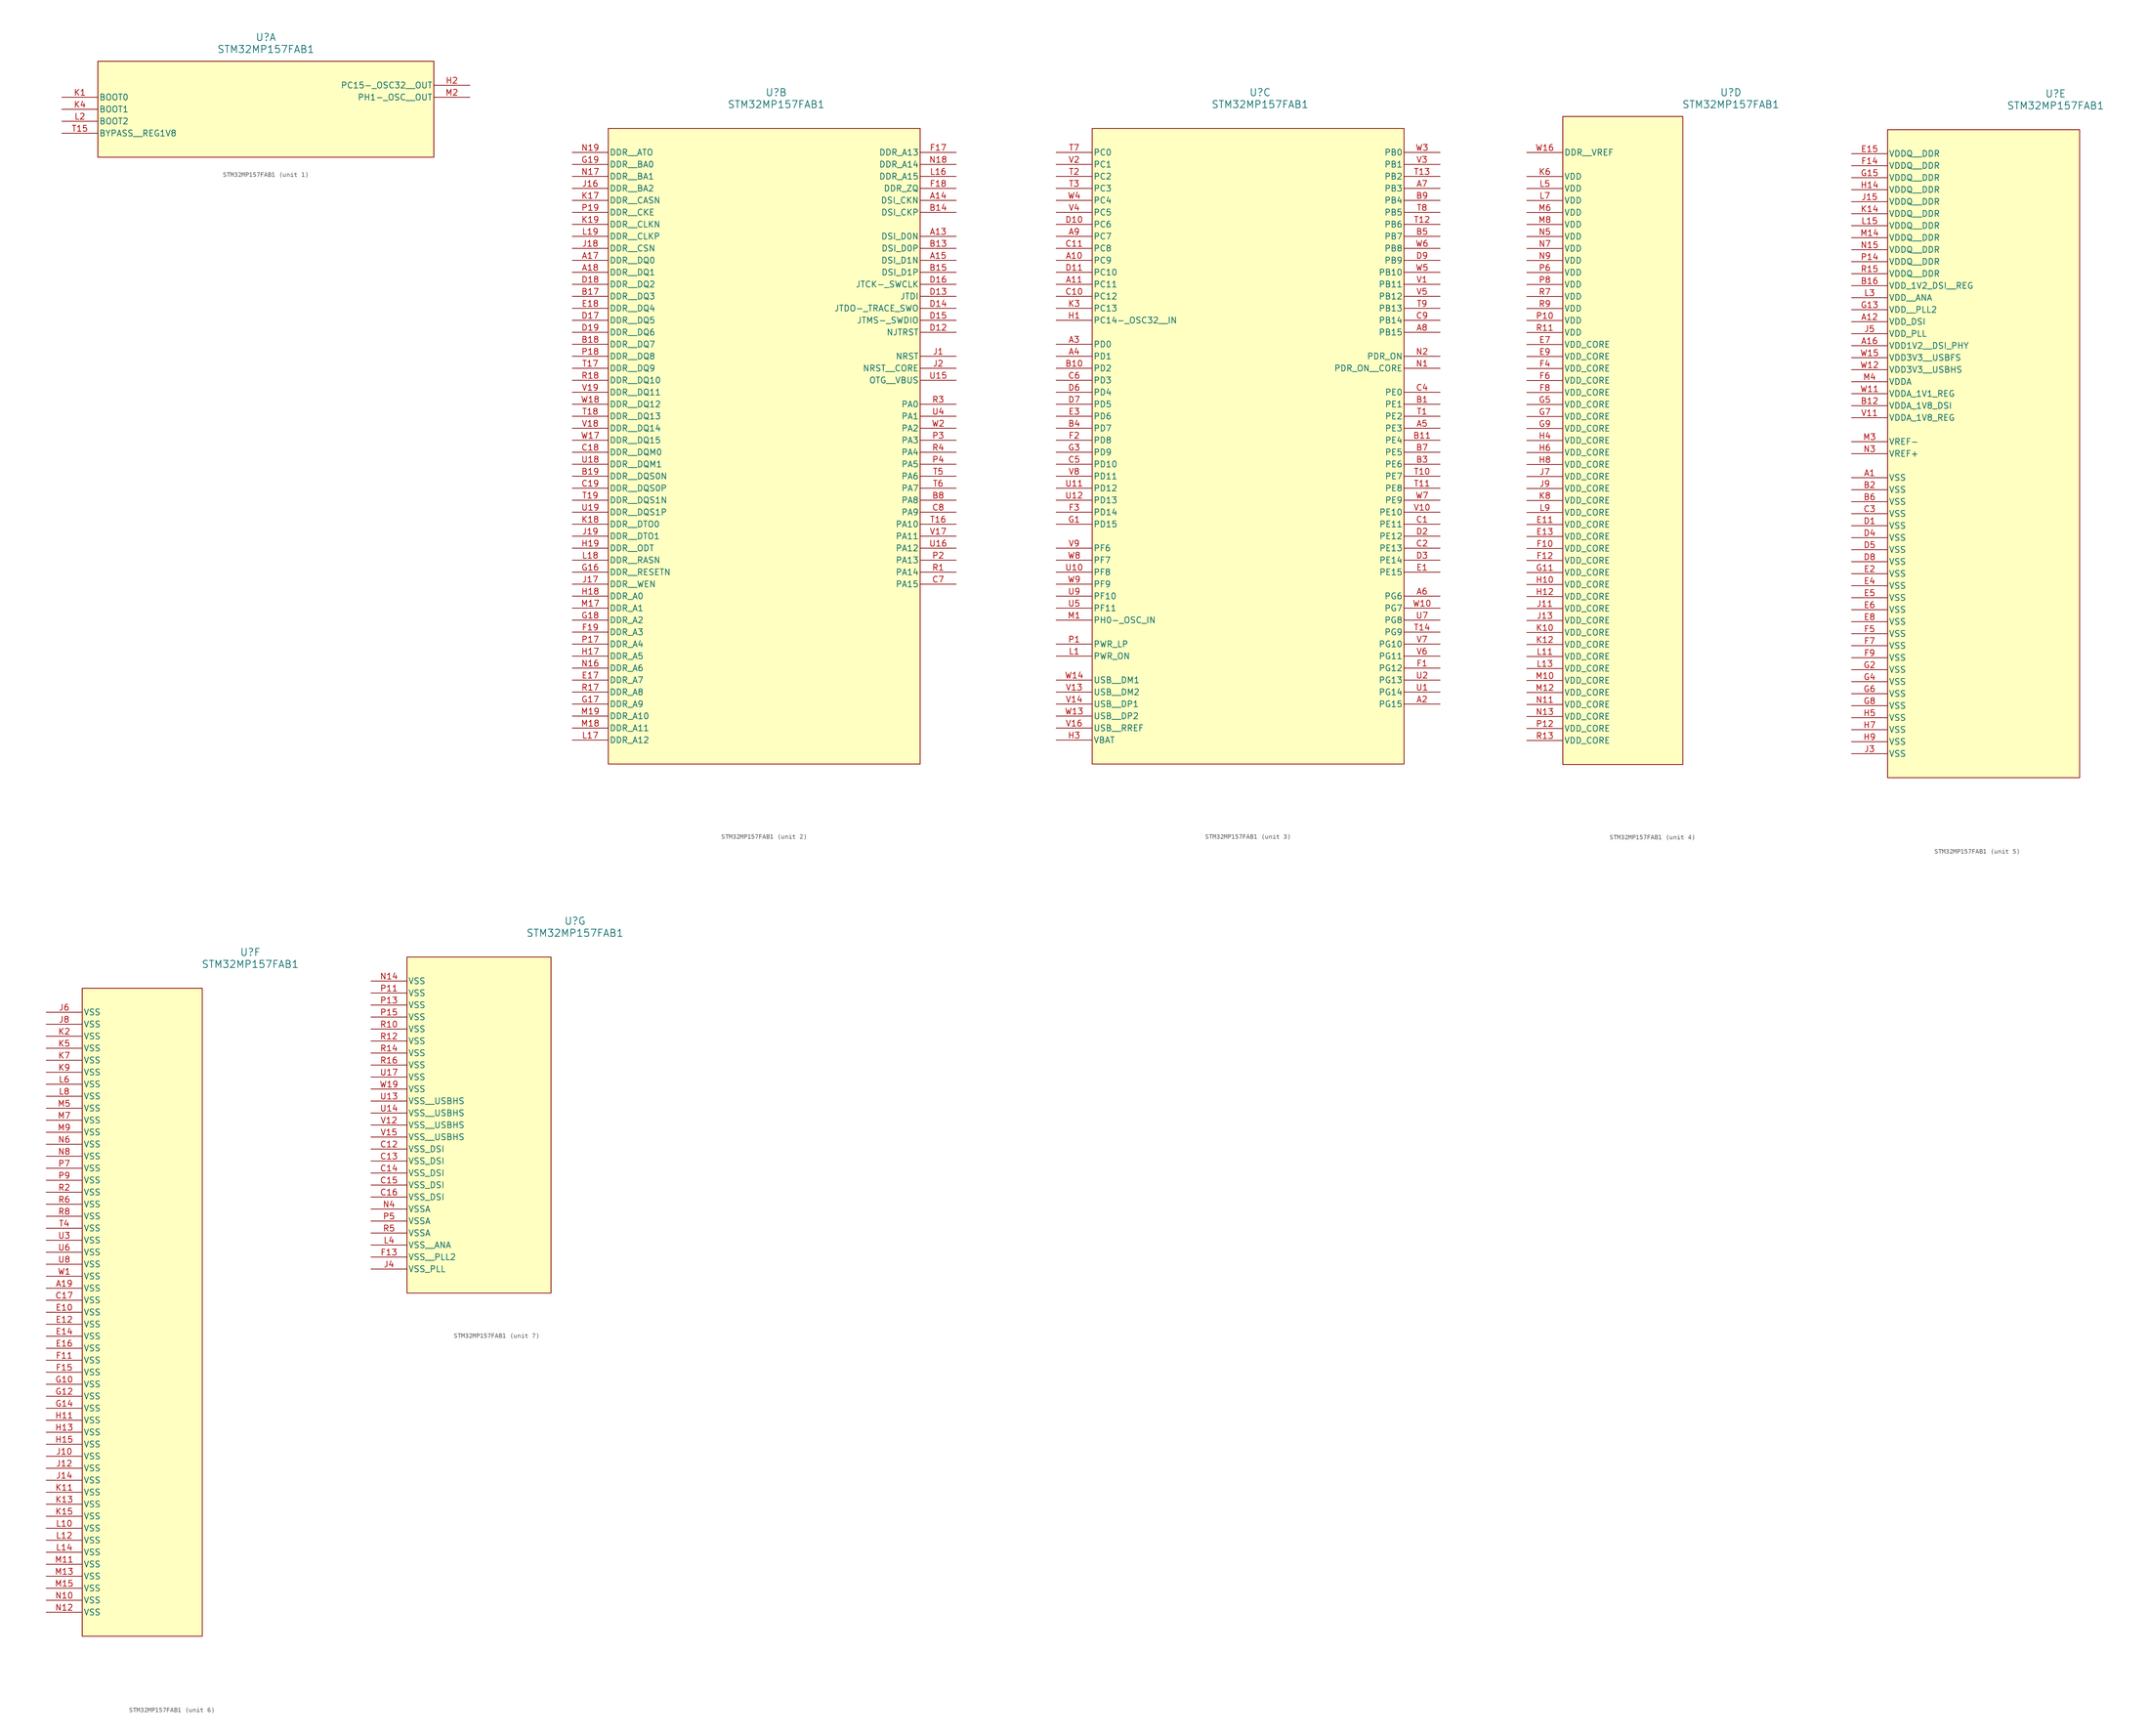
<source format=kicad_sym>
(kicad_symbol_lib
  (version 20211014)
  (generator kicad_symbol_editor)
  (symbol "STM32MP157FAB1"
    (pin_names
      (offset 0.254))
    (property "Reference" "U"
      (at 43.18 12.7 0)
      (effects (font (size 1.524 1.524))))
    (property "Value" "STM32MP157FAB1"
      (at 43.18 10.16 0)
      (effects (font (size 1.524 1.524))))
    (property "ki_locked" ""
      (at 0 0 0)
      (effects (font (size 1.27 1.27))))
    (symbol "STM32MP157FAB1_1_1"
      (polyline (pts (xy 7.62 -12.7) (xy 78.74 -12.7)) (stroke (width 0.127) (type default) (color 0 0 0 0)) (fill (type none)))
      (polyline (pts (xy 7.62 7.62) (xy 7.62 -12.7)) (stroke (width 0.127) (type default) (color 0 0 0 0)) (fill (type none)))
      (polyline (pts (xy 78.74 -12.7) (xy 78.74 7.62)) (stroke (width 0.127) (type default) (color 0 0 0 0)) (fill (type none)))
      (polyline (pts (xy 78.74 7.62) (xy 7.62 7.62)) (stroke (width 0.127) (type default) (color 0 0 0 0)) (fill (type none)))
      (rectangle (start 7.62 7.62) (end 78.74 -12.7) (stroke (width 0) (type default) (color 0 0 0 0)) (fill (type background)))
      (pin output line (at 86.36 2.54 180) (length 7.62) (name "PC15-_OSC32__OUT" (effects (font (size 1.27 1.27)))) (number "H2" (effects (font (size 1.27 1.27)))))
      (pin bidirectional line (at 0 0 0) (length 7.62) (name "BOOT0" (effects (font (size 1.27 1.27)))) (number "K1" (effects (font (size 1.27 1.27)))))
      (pin bidirectional line (at 0 -2.54 0) (length 7.62) (name "BOOT1" (effects (font (size 1.27 1.27)))) (number "K4" (effects (font (size 1.27 1.27)))))
      (pin bidirectional line (at 0 -5.08 0) (length 7.62) (name "BOOT2" (effects (font (size 1.27 1.27)))) (number "L2" (effects (font (size 1.27 1.27)))))
      (pin output line (at 86.36 0 180) (length 7.62) (name "PH1-_OSC__OUT" (effects (font (size 1.27 1.27)))) (number "M2" (effects (font (size 1.27 1.27)))))
      (pin unspecified line (at 0 -7.62 0) (length 7.62) (name "BYPASS__REG1V8" (effects (font (size 1.27 1.27)))) (number "T15" (effects (font (size 1.27 1.27))))))
    (symbol "STM32MP157FAB1_2_1"
      (polyline (pts (xy 7.62 -129.54) (xy 73.66 -129.54)) (stroke (width 0.127) (type default) (color 0 0 0 0)) (fill (type none)))
      (polyline (pts (xy 7.62 5.08) (xy 7.62 -129.54)) (stroke (width 0.127) (type default) (color 0 0 0 0)) (fill (type none)))
      (polyline (pts (xy 73.66 -129.54) (xy 73.66 5.08)) (stroke (width 0.127) (type default) (color 0 0 0 0)) (fill (type none)))
      (polyline (pts (xy 73.66 5.08) (xy 7.62 5.08)) (stroke (width 0.127) (type default) (color 0 0 0 0)) (fill (type none)))
      (rectangle (start 7.62 5.08) (end 73.66 -129.54) (stroke (width 0) (type default) (color 0 0 0 0)) (fill (type background)))
      (pin bidirectional line (at 81.28 -17.78 180) (length 7.62) (name "DSI_D0N" (effects (font (size 1.27 1.27)))) (number "A13" (effects (font (size 1.27 1.27)))))
      (pin unspecified line (at 81.28 -10.16 180) (length 7.62) (name "DSI_CKN" (effects (font (size 1.27 1.27)))) (number "A14" (effects (font (size 1.27 1.27)))))
      (pin bidirectional line (at 81.28 -22.86 180) (length 7.62) (name "DSI_D1N" (effects (font (size 1.27 1.27)))) (number "A15" (effects (font (size 1.27 1.27)))))
      (pin bidirectional line (at 0 -22.86 0) (length 7.62) (name "DDR__DQ0" (effects (font (size 1.27 1.27)))) (number "A17" (effects (font (size 1.27 1.27)))))
      (pin bidirectional line (at 0 -25.4 0) (length 7.62) (name "DDR__DQ1" (effects (font (size 1.27 1.27)))) (number "A18" (effects (font (size 1.27 1.27)))))
      (pin bidirectional line (at 81.28 -20.32 180) (length 7.62) (name "DSI_D0P" (effects (font (size 1.27 1.27)))) (number "B13" (effects (font (size 1.27 1.27)))))
      (pin unspecified line (at 81.28 -12.7 180) (length 7.62) (name "DSI_CKP" (effects (font (size 1.27 1.27)))) (number "B14" (effects (font (size 1.27 1.27)))))
      (pin bidirectional line (at 81.28 -25.4 180) (length 7.62) (name "DSI_D1P" (effects (font (size 1.27 1.27)))) (number "B15" (effects (font (size 1.27 1.27)))))
      (pin bidirectional line (at 0 -30.48 0) (length 7.62) (name "DDR__DQ3" (effects (font (size 1.27 1.27)))) (number "B17" (effects (font (size 1.27 1.27)))))
      (pin bidirectional line (at 0 -40.64 0) (length 7.62) (name "DDR__DQ7" (effects (font (size 1.27 1.27)))) (number "B18" (effects (font (size 1.27 1.27)))))
      (pin bidirectional line (at 0 -68.58 0) (length 7.62) (name "DDR__DQS0N" (effects (font (size 1.27 1.27)))) (number "B19" (effects (font (size 1.27 1.27)))))
      (pin bidirectional line (at 81.28 -73.66 180) (length 7.62) (name "PA8" (effects (font (size 1.27 1.27)))) (number "B8" (effects (font (size 1.27 1.27)))))
      (pin bidirectional line (at 0 -63.5 0) (length 7.62) (name "DDR__DQM0" (effects (font (size 1.27 1.27)))) (number "C18" (effects (font (size 1.27 1.27)))))
      (pin bidirectional line (at 0 -71.12 0) (length 7.62) (name "DDR__DQS0P" (effects (font (size 1.27 1.27)))) (number "C19" (effects (font (size 1.27 1.27)))))
      (pin bidirectional line (at 81.28 -91.44 180) (length 7.62) (name "PA15" (effects (font (size 1.27 1.27)))) (number "C7" (effects (font (size 1.27 1.27)))))
      (pin bidirectional line (at 81.28 -76.2 180) (length 7.62) (name "PA9" (effects (font (size 1.27 1.27)))) (number "C8" (effects (font (size 1.27 1.27)))))
      (pin unspecified line (at 81.28 -38.1 180) (length 7.62) (name "NJTRST" (effects (font (size 1.27 1.27)))) (number "D12" (effects (font (size 1.27 1.27)))))
      (pin unspecified line (at 81.28 -30.48 180) (length 7.62) (name "JTDI" (effects (font (size 1.27 1.27)))) (number "D13" (effects (font (size 1.27 1.27)))))
      (pin unspecified line (at 81.28 -33.02 180) (length 7.62) (name "JTDO-_TRACE_SWO" (effects (font (size 1.27 1.27)))) (number "D14" (effects (font (size 1.27 1.27)))))
      (pin unspecified line (at 81.28 -35.56 180) (length 7.62) (name "JTMS-_SWDIO" (effects (font (size 1.27 1.27)))) (number "D15" (effects (font (size 1.27 1.27)))))
      (pin unspecified line (at 81.28 -27.94 180) (length 7.62) (name "JTCK-_SWCLK" (effects (font (size 1.27 1.27)))) (number "D16" (effects (font (size 1.27 1.27)))))
      (pin bidirectional line (at 0 -35.56 0) (length 7.62) (name "DDR__DQ5" (effects (font (size 1.27 1.27)))) (number "D17" (effects (font (size 1.27 1.27)))))
      (pin bidirectional line (at 0 -27.94 0) (length 7.62) (name "DDR__DQ2" (effects (font (size 1.27 1.27)))) (number "D18" (effects (font (size 1.27 1.27)))))
      (pin bidirectional line (at 0 -38.1 0) (length 7.62) (name "DDR__DQ6" (effects (font (size 1.27 1.27)))) (number "D19" (effects (font (size 1.27 1.27)))))
      (pin bidirectional line (at 0 -111.76 0) (length 7.62) (name "DDR_A7" (effects (font (size 1.27 1.27)))) (number "E17" (effects (font (size 1.27 1.27)))))
      (pin bidirectional line (at 0 -33.02 0) (length 7.62) (name "DDR__DQ4" (effects (font (size 1.27 1.27)))) (number "E18" (effects (font (size 1.27 1.27)))))
      (pin bidirectional line (at 81.28 0 180) (length 7.62) (name "DDR_A13" (effects (font (size 1.27 1.27)))) (number "F17" (effects (font (size 1.27 1.27)))))
      (pin unspecified line (at 81.28 -7.62 180) (length 7.62) (name "DDR_ZQ" (effects (font (size 1.27 1.27)))) (number "F18" (effects (font (size 1.27 1.27)))))
      (pin bidirectional line (at 0 -101.6 0) (length 7.62) (name "DDR_A3" (effects (font (size 1.27 1.27)))) (number "F19" (effects (font (size 1.27 1.27)))))
      (pin unspecified line (at 0 -88.9 0) (length 7.62) (name "DDR__RESETN" (effects (font (size 1.27 1.27)))) (number "G16" (effects (font (size 1.27 1.27)))))
      (pin bidirectional line (at 0 -116.84 0) (length 7.62) (name "DDR_A9" (effects (font (size 1.27 1.27)))) (number "G17" (effects (font (size 1.27 1.27)))))
      (pin bidirectional line (at 0 -99.06 0) (length 7.62) (name "DDR_A2" (effects (font (size 1.27 1.27)))) (number "G18" (effects (font (size 1.27 1.27)))))
      (pin bidirectional line (at 0 -2.54 0) (length 7.62) (name "DDR__BA0" (effects (font (size 1.27 1.27)))) (number "G19" (effects (font (size 1.27 1.27)))))
      (pin bidirectional line (at 0 -106.68 0) (length 7.62) (name "DDR_A5" (effects (font (size 1.27 1.27)))) (number "H17" (effects (font (size 1.27 1.27)))))
      (pin bidirectional line (at 0 -93.98 0) (length 7.62) (name "DDR_A0" (effects (font (size 1.27 1.27)))) (number "H18" (effects (font (size 1.27 1.27)))))
      (pin unspecified line (at 0 -83.82 0) (length 7.62) (name "DDR__ODT" (effects (font (size 1.27 1.27)))) (number "H19" (effects (font (size 1.27 1.27)))))
      (pin unspecified line (at 81.28 -43.18 180) (length 7.62) (name "NRST" (effects (font (size 1.27 1.27)))) (number "J1" (effects (font (size 1.27 1.27)))))
      (pin bidirectional line (at 0 -7.62 0) (length 7.62) (name "DDR__BA2" (effects (font (size 1.27 1.27)))) (number "J16" (effects (font (size 1.27 1.27)))))
      (pin unspecified line (at 0 -91.44 0) (length 7.62) (name "DDR__WEN" (effects (font (size 1.27 1.27)))) (number "J17" (effects (font (size 1.27 1.27)))))
      (pin unspecified line (at 0 -20.32 0) (length 7.62) (name "DDR__CSN" (effects (font (size 1.27 1.27)))) (number "J18" (effects (font (size 1.27 1.27)))))
      (pin bidirectional line (at 0 -81.28 0) (length 7.62) (name "DDR__DTO1" (effects (font (size 1.27 1.27)))) (number "J19" (effects (font (size 1.27 1.27)))))
      (pin unspecified line (at 81.28 -45.72 180) (length 7.62) (name "NRST__CORE" (effects (font (size 1.27 1.27)))) (number "J2" (effects (font (size 1.27 1.27)))))
      (pin unspecified line (at 0 -10.16 0) (length 7.62) (name "DDR__CASN" (effects (font (size 1.27 1.27)))) (number "K17" (effects (font (size 1.27 1.27)))))
      (pin bidirectional line (at 0 -78.74 0) (length 7.62) (name "DDR__DTO0" (effects (font (size 1.27 1.27)))) (number "K18" (effects (font (size 1.27 1.27)))))
      (pin unspecified line (at 0 -15.24 0) (length 7.62) (name "DDR__CLKN" (effects (font (size 1.27 1.27)))) (number "K19" (effects (font (size 1.27 1.27)))))
      (pin bidirectional line (at 81.28 -5.08 180) (length 7.62) (name "DDR_A15" (effects (font (size 1.27 1.27)))) (number "L16" (effects (font (size 1.27 1.27)))))
      (pin bidirectional line (at 0 -124.46 0) (length 7.62) (name "DDR_A12" (effects (font (size 1.27 1.27)))) (number "L17" (effects (font (size 1.27 1.27)))))
      (pin unspecified line (at 0 -86.36 0) (length 7.62) (name "DDR__RASN" (effects (font (size 1.27 1.27)))) (number "L18" (effects (font (size 1.27 1.27)))))
      (pin unspecified line (at 0 -17.78 0) (length 7.62) (name "DDR__CLKP" (effects (font (size 1.27 1.27)))) (number "L19" (effects (font (size 1.27 1.27)))))
      (pin bidirectional line (at 0 -96.52 0) (length 7.62) (name "DDR_A1" (effects (font (size 1.27 1.27)))) (number "M17" (effects (font (size 1.27 1.27)))))
      (pin bidirectional line (at 0 -121.92 0) (length 7.62) (name "DDR_A11" (effects (font (size 1.27 1.27)))) (number "M18" (effects (font (size 1.27 1.27)))))
      (pin bidirectional line (at 0 -119.38 0) (length 7.62) (name "DDR_A10" (effects (font (size 1.27 1.27)))) (number "M19" (effects (font (size 1.27 1.27)))))
      (pin bidirectional line (at 0 -109.22 0) (length 7.62) (name "DDR_A6" (effects (font (size 1.27 1.27)))) (number "N16" (effects (font (size 1.27 1.27)))))
      (pin bidirectional line (at 0 -5.08 0) (length 7.62) (name "DDR__BA1" (effects (font (size 1.27 1.27)))) (number "N17" (effects (font (size 1.27 1.27)))))
      (pin bidirectional line (at 81.28 -2.54 180) (length 7.62) (name "DDR_A14" (effects (font (size 1.27 1.27)))) (number "N18" (effects (font (size 1.27 1.27)))))
      (pin unspecified line (at 0 0 0) (length 7.62) (name "DDR__ATO" (effects (font (size 1.27 1.27)))) (number "N19" (effects (font (size 1.27 1.27)))))
      (pin bidirectional line (at 0 -104.14 0) (length 7.62) (name "DDR_A4" (effects (font (size 1.27 1.27)))) (number "P17" (effects (font (size 1.27 1.27)))))
      (pin bidirectional line (at 0 -43.18 0) (length 7.62) (name "DDR__DQ8" (effects (font (size 1.27 1.27)))) (number "P18" (effects (font (size 1.27 1.27)))))
      (pin unspecified line (at 0 -12.7 0) (length 7.62) (name "DDR__CKE" (effects (font (size 1.27 1.27)))) (number "P19" (effects (font (size 1.27 1.27)))))
      (pin bidirectional line (at 81.28 -86.36 180) (length 7.62) (name "PA13" (effects (font (size 1.27 1.27)))) (number "P2" (effects (font (size 1.27 1.27)))))
      (pin bidirectional line (at 81.28 -60.96 180) (length 7.62) (name "PA3" (effects (font (size 1.27 1.27)))) (number "P3" (effects (font (size 1.27 1.27)))))
      (pin bidirectional line (at 81.28 -66.04 180) (length 7.62) (name "PA5" (effects (font (size 1.27 1.27)))) (number "P4" (effects (font (size 1.27 1.27)))))
      (pin bidirectional line (at 81.28 -88.9 180) (length 7.62) (name "PA14" (effects (font (size 1.27 1.27)))) (number "R1" (effects (font (size 1.27 1.27)))))
      (pin bidirectional line (at 0 -114.3 0) (length 7.62) (name "DDR_A8" (effects (font (size 1.27 1.27)))) (number "R17" (effects (font (size 1.27 1.27)))))
      (pin bidirectional line (at 0 -48.26 0) (length 7.62) (name "DDR__DQ10" (effects (font (size 1.27 1.27)))) (number "R18" (effects (font (size 1.27 1.27)))))
      (pin bidirectional line (at 81.28 -53.34 180) (length 7.62) (name "PA0" (effects (font (size 1.27 1.27)))) (number "R3" (effects (font (size 1.27 1.27)))))
      (pin bidirectional line (at 81.28 -63.5 180) (length 7.62) (name "PA4" (effects (font (size 1.27 1.27)))) (number "R4" (effects (font (size 1.27 1.27)))))
      (pin bidirectional line (at 81.28 -78.74 180) (length 7.62) (name "PA10" (effects (font (size 1.27 1.27)))) (number "T16" (effects (font (size 1.27 1.27)))))
      (pin bidirectional line (at 0 -45.72 0) (length 7.62) (name "DDR__DQ9" (effects (font (size 1.27 1.27)))) (number "T17" (effects (font (size 1.27 1.27)))))
      (pin bidirectional line (at 0 -55.88 0) (length 7.62) (name "DDR__DQ13" (effects (font (size 1.27 1.27)))) (number "T18" (effects (font (size 1.27 1.27)))))
      (pin bidirectional line (at 0 -73.66 0) (length 7.62) (name "DDR__DQS1N" (effects (font (size 1.27 1.27)))) (number "T19" (effects (font (size 1.27 1.27)))))
      (pin bidirectional line (at 81.28 -68.58 180) (length 7.62) (name "PA6" (effects (font (size 1.27 1.27)))) (number "T5" (effects (font (size 1.27 1.27)))))
      (pin bidirectional line (at 81.28 -71.12 180) (length 7.62) (name "PA7" (effects (font (size 1.27 1.27)))) (number "T6" (effects (font (size 1.27 1.27)))))
      (pin unspecified line (at 81.28 -48.26 180) (length 7.62) (name "OTG__VBUS" (effects (font (size 1.27 1.27)))) (number "U15" (effects (font (size 1.27 1.27)))))
      (pin bidirectional line (at 81.28 -83.82 180) (length 7.62) (name "PA12" (effects (font (size 1.27 1.27)))) (number "U16" (effects (font (size 1.27 1.27)))))
      (pin bidirectional line (at 0 -66.04 0) (length 7.62) (name "DDR__DQM1" (effects (font (size 1.27 1.27)))) (number "U18" (effects (font (size 1.27 1.27)))))
      (pin bidirectional line (at 0 -76.2 0) (length 7.62) (name "DDR__DQS1P" (effects (font (size 1.27 1.27)))) (number "U19" (effects (font (size 1.27 1.27)))))
      (pin bidirectional line (at 81.28 -55.88 180) (length 7.62) (name "PA1" (effects (font (size 1.27 1.27)))) (number "U4" (effects (font (size 1.27 1.27)))))
      (pin bidirectional line (at 81.28 -81.28 180) (length 7.62) (name "PA11" (effects (font (size 1.27 1.27)))) (number "V17" (effects (font (size 1.27 1.27)))))
      (pin bidirectional line (at 0 -58.42 0) (length 7.62) (name "DDR__DQ14" (effects (font (size 1.27 1.27)))) (number "V18" (effects (font (size 1.27 1.27)))))
      (pin bidirectional line (at 0 -50.8 0) (length 7.62) (name "DDR__DQ11" (effects (font (size 1.27 1.27)))) (number "V19" (effects (font (size 1.27 1.27)))))
      (pin bidirectional line (at 0 -60.96 0) (length 7.62) (name "DDR__DQ15" (effects (font (size 1.27 1.27)))) (number "W17" (effects (font (size 1.27 1.27)))))
      (pin bidirectional line (at 0 -53.34 0) (length 7.62) (name "DDR__DQ12" (effects (font (size 1.27 1.27)))) (number "W18" (effects (font (size 1.27 1.27)))))
      (pin bidirectional line (at 81.28 -58.42 180) (length 7.62) (name "PA2" (effects (font (size 1.27 1.27)))) (number "W2" (effects (font (size 1.27 1.27))))))
    (symbol "STM32MP157FAB1_3_1"
      (polyline (pts (xy 7.62 -129.54) (xy 73.66 -129.54)) (stroke (width 0.127) (type default) (color 0 0 0 0)) (fill (type background)))
      (polyline (pts (xy 7.62 5.08) (xy 7.62 -129.54)) (stroke (width 0.127) (type default) (color 0 0 0 0)) (fill (type none)))
      (polyline (pts (xy 73.66 -129.54) (xy 73.66 5.08)) (stroke (width 0.127) (type default) (color 0 0 0 0)) (fill (type none)))
      (polyline (pts (xy 73.66 5.08) (xy 7.62 5.08)) (stroke (width 0.127) (type default) (color 0 0 0 0)) (fill (type none)))
      (rectangle (start 7.62 5.08) (end 73.66 -129.54) (stroke (width 0) (type default) (color 0 0 0 0)) (fill (type background)))
      (pin bidirectional line (at 0 -22.86 0) (length 7.62) (name "PC9" (effects (font (size 1.27 1.27)))) (number "A10" (effects (font (size 1.27 1.27)))))
      (pin bidirectional line (at 0 -27.94 0) (length 7.62) (name "PC11" (effects (font (size 1.27 1.27)))) (number "A11" (effects (font (size 1.27 1.27)))))
      (pin bidirectional line (at 81.28 -116.84 180) (length 7.62) (name "PG15" (effects (font (size 1.27 1.27)))) (number "A2" (effects (font (size 1.27 1.27)))))
      (pin bidirectional line (at 0 -40.64 0) (length 7.62) (name "PD0" (effects (font (size 1.27 1.27)))) (number "A3" (effects (font (size 1.27 1.27)))))
      (pin bidirectional line (at 0 -43.18 0) (length 7.62) (name "PD1" (effects (font (size 1.27 1.27)))) (number "A4" (effects (font (size 1.27 1.27)))))
      (pin bidirectional line (at 81.28 -58.42 180) (length 7.62) (name "PE3" (effects (font (size 1.27 1.27)))) (number "A5" (effects (font (size 1.27 1.27)))))
      (pin bidirectional line (at 81.28 -93.98 180) (length 7.62) (name "PG6" (effects (font (size 1.27 1.27)))) (number "A6" (effects (font (size 1.27 1.27)))))
      (pin bidirectional line (at 81.28 -7.62 180) (length 7.62) (name "PB3" (effects (font (size 1.27 1.27)))) (number "A7" (effects (font (size 1.27 1.27)))))
      (pin bidirectional line (at 81.28 -38.1 180) (length 7.62) (name "PB15" (effects (font (size 1.27 1.27)))) (number "A8" (effects (font (size 1.27 1.27)))))
      (pin bidirectional line (at 0 -17.78 0) (length 7.62) (name "PC7" (effects (font (size 1.27 1.27)))) (number "A9" (effects (font (size 1.27 1.27)))))
      (pin bidirectional line (at 81.28 -53.34 180) (length 7.62) (name "PE1" (effects (font (size 1.27 1.27)))) (number "B1" (effects (font (size 1.27 1.27)))))
      (pin bidirectional line (at 0 -45.72 0) (length 7.62) (name "PD2" (effects (font (size 1.27 1.27)))) (number "B10" (effects (font (size 1.27 1.27)))))
      (pin bidirectional line (at 81.28 -60.96 180) (length 7.62) (name "PE4" (effects (font (size 1.27 1.27)))) (number "B11" (effects (font (size 1.27 1.27)))))
      (pin bidirectional line (at 81.28 -66.04 180) (length 7.62) (name "PE6" (effects (font (size 1.27 1.27)))) (number "B3" (effects (font (size 1.27 1.27)))))
      (pin bidirectional line (at 0 -58.42 0) (length 7.62) (name "PD7" (effects (font (size 1.27 1.27)))) (number "B4" (effects (font (size 1.27 1.27)))))
      (pin bidirectional line (at 81.28 -17.78 180) (length 7.62) (name "PB7" (effects (font (size 1.27 1.27)))) (number "B5" (effects (font (size 1.27 1.27)))))
      (pin bidirectional line (at 81.28 -63.5 180) (length 7.62) (name "PE5" (effects (font (size 1.27 1.27)))) (number "B7" (effects (font (size 1.27 1.27)))))
      (pin bidirectional line (at 81.28 -10.16 180) (length 7.62) (name "PB4" (effects (font (size 1.27 1.27)))) (number "B9" (effects (font (size 1.27 1.27)))))
      (pin bidirectional line (at 81.28 -78.74 180) (length 7.62) (name "PE11" (effects (font (size 1.27 1.27)))) (number "C1" (effects (font (size 1.27 1.27)))))
      (pin bidirectional line (at 0 -30.48 0) (length 7.62) (name "PC12" (effects (font (size 1.27 1.27)))) (number "C10" (effects (font (size 1.27 1.27)))))
      (pin bidirectional line (at 0 -20.32 0) (length 7.62) (name "PC8" (effects (font (size 1.27 1.27)))) (number "C11" (effects (font (size 1.27 1.27)))))
      (pin bidirectional line (at 81.28 -83.82 180) (length 7.62) (name "PE13" (effects (font (size 1.27 1.27)))) (number "C2" (effects (font (size 1.27 1.27)))))
      (pin bidirectional line (at 81.28 -50.8 180) (length 7.62) (name "PE0" (effects (font (size 1.27 1.27)))) (number "C4" (effects (font (size 1.27 1.27)))))
      (pin bidirectional line (at 0 -66.04 0) (length 7.62) (name "PD10" (effects (font (size 1.27 1.27)))) (number "C5" (effects (font (size 1.27 1.27)))))
      (pin bidirectional line (at 0 -48.26 0) (length 7.62) (name "PD3" (effects (font (size 1.27 1.27)))) (number "C6" (effects (font (size 1.27 1.27)))))
      (pin bidirectional line (at 81.28 -35.56 180) (length 7.62) (name "PB14" (effects (font (size 1.27 1.27)))) (number "C9" (effects (font (size 1.27 1.27)))))
      (pin bidirectional line (at 0 -15.24 0) (length 7.62) (name "PC6" (effects (font (size 1.27 1.27)))) (number "D10" (effects (font (size 1.27 1.27)))))
      (pin bidirectional line (at 0 -25.4 0) (length 7.62) (name "PC10" (effects (font (size 1.27 1.27)))) (number "D11" (effects (font (size 1.27 1.27)))))
      (pin bidirectional line (at 81.28 -81.28 180) (length 7.62) (name "PE12" (effects (font (size 1.27 1.27)))) (number "D2" (effects (font (size 1.27 1.27)))))
      (pin bidirectional line (at 81.28 -86.36 180) (length 7.62) (name "PE14" (effects (font (size 1.27 1.27)))) (number "D3" (effects (font (size 1.27 1.27)))))
      (pin bidirectional line (at 0 -50.8 0) (length 7.62) (name "PD4" (effects (font (size 1.27 1.27)))) (number "D6" (effects (font (size 1.27 1.27)))))
      (pin bidirectional line (at 0 -53.34 0) (length 7.62) (name "PD5" (effects (font (size 1.27 1.27)))) (number "D7" (effects (font (size 1.27 1.27)))))
      (pin bidirectional line (at 81.28 -22.86 180) (length 7.62) (name "PB9" (effects (font (size 1.27 1.27)))) (number "D9" (effects (font (size 1.27 1.27)))))
      (pin bidirectional line (at 81.28 -88.9 180) (length 7.62) (name "PE15" (effects (font (size 1.27 1.27)))) (number "E1" (effects (font (size 1.27 1.27)))))
      (pin bidirectional line (at 0 -55.88 0) (length 7.62) (name "PD6" (effects (font (size 1.27 1.27)))) (number "E3" (effects (font (size 1.27 1.27)))))
      (pin bidirectional line (at 81.28 -109.22 180) (length 7.62) (name "PG12" (effects (font (size 1.27 1.27)))) (number "F1" (effects (font (size 1.27 1.27)))))
      (pin bidirectional line (at 0 -60.96 0) (length 7.62) (name "PD8" (effects (font (size 1.27 1.27)))) (number "F2" (effects (font (size 1.27 1.27)))))
      (pin bidirectional line (at 0 -76.2 0) (length 7.62) (name "PD14" (effects (font (size 1.27 1.27)))) (number "F3" (effects (font (size 1.27 1.27)))))
      (pin bidirectional line (at 0 -78.74 0) (length 7.62) (name "PD15" (effects (font (size 1.27 1.27)))) (number "G1" (effects (font (size 1.27 1.27)))))
      (pin bidirectional line (at 0 -63.5 0) (length 7.62) (name "PD9" (effects (font (size 1.27 1.27)))) (number "G3" (effects (font (size 1.27 1.27)))))
      (pin bidirectional line (at 0 -35.56 0) (length 7.62) (name "PC14-_OSC32__IN" (effects (font (size 1.27 1.27)))) (number "H1" (effects (font (size 1.27 1.27)))))
      (pin unspecified line (at 0 -124.46 0) (length 7.62) (name "VBAT" (effects (font (size 1.27 1.27)))) (number "H3" (effects (font (size 1.27 1.27)))))
      (pin bidirectional line (at 0 -33.02 0) (length 7.62) (name "PC13" (effects (font (size 1.27 1.27)))) (number "K3" (effects (font (size 1.27 1.27)))))
      (pin unspecified line (at 0 -106.68 0) (length 7.62) (name "PWR_ON" (effects (font (size 1.27 1.27)))) (number "L1" (effects (font (size 1.27 1.27)))))
      (pin bidirectional line (at 0 -99.06 0) (length 7.62) (name "PH0-_OSC_IN" (effects (font (size 1.27 1.27)))) (number "M1" (effects (font (size 1.27 1.27)))))
      (pin unspecified line (at 81.28 -45.72 180) (length 7.62) (name "PDR_ON__CORE" (effects (font (size 1.27 1.27)))) (number "N1" (effects (font (size 1.27 1.27)))))
      (pin unspecified line (at 81.28 -43.18 180) (length 7.62) (name "PDR_ON" (effects (font (size 1.27 1.27)))) (number "N2" (effects (font (size 1.27 1.27)))))
      (pin unspecified line (at 0 -104.14 0) (length 7.62) (name "PWR_LP" (effects (font (size 1.27 1.27)))) (number "P1" (effects (font (size 1.27 1.27)))))
      (pin bidirectional line (at 81.28 -55.88 180) (length 7.62) (name "PE2" (effects (font (size 1.27 1.27)))) (number "T1" (effects (font (size 1.27 1.27)))))
      (pin bidirectional line (at 81.28 -68.58 180) (length 7.62) (name "PE7" (effects (font (size 1.27 1.27)))) (number "T10" (effects (font (size 1.27 1.27)))))
      (pin bidirectional line (at 81.28 -71.12 180) (length 7.62) (name "PE8" (effects (font (size 1.27 1.27)))) (number "T11" (effects (font (size 1.27 1.27)))))
      (pin bidirectional line (at 81.28 -15.24 180) (length 7.62) (name "PB6" (effects (font (size 1.27 1.27)))) (number "T12" (effects (font (size 1.27 1.27)))))
      (pin bidirectional line (at 81.28 -5.08 180) (length 7.62) (name "PB2" (effects (font (size 1.27 1.27)))) (number "T13" (effects (font (size 1.27 1.27)))))
      (pin bidirectional line (at 81.28 -101.6 180) (length 7.62) (name "PG9" (effects (font (size 1.27 1.27)))) (number "T14" (effects (font (size 1.27 1.27)))))
      (pin bidirectional line (at 0 -5.08 0) (length 7.62) (name "PC2" (effects (font (size 1.27 1.27)))) (number "T2" (effects (font (size 1.27 1.27)))))
      (pin bidirectional line (at 0 -7.62 0) (length 7.62) (name "PC3" (effects (font (size 1.27 1.27)))) (number "T3" (effects (font (size 1.27 1.27)))))
      (pin bidirectional line (at 0 0 0) (length 7.62) (name "PC0" (effects (font (size 1.27 1.27)))) (number "T7" (effects (font (size 1.27 1.27)))))
      (pin bidirectional line (at 81.28 -12.7 180) (length 7.62) (name "PB5" (effects (font (size 1.27 1.27)))) (number "T8" (effects (font (size 1.27 1.27)))))
      (pin bidirectional line (at 81.28 -33.02 180) (length 7.62) (name "PB13" (effects (font (size 1.27 1.27)))) (number "T9" (effects (font (size 1.27 1.27)))))
      (pin bidirectional line (at 81.28 -114.3 180) (length 7.62) (name "PG14" (effects (font (size 1.27 1.27)))) (number "U1" (effects (font (size 1.27 1.27)))))
      (pin bidirectional line (at 0 -88.9 0) (length 7.62) (name "PF8" (effects (font (size 1.27 1.27)))) (number "U10" (effects (font (size 1.27 1.27)))))
      (pin bidirectional line (at 0 -71.12 0) (length 7.62) (name "PD12" (effects (font (size 1.27 1.27)))) (number "U11" (effects (font (size 1.27 1.27)))))
      (pin bidirectional line (at 0 -73.66 0) (length 7.62) (name "PD13" (effects (font (size 1.27 1.27)))) (number "U12" (effects (font (size 1.27 1.27)))))
      (pin bidirectional line (at 81.28 -111.76 180) (length 7.62) (name "PG13" (effects (font (size 1.27 1.27)))) (number "U2" (effects (font (size 1.27 1.27)))))
      (pin bidirectional line (at 0 -96.52 0) (length 7.62) (name "PF11" (effects (font (size 1.27 1.27)))) (number "U5" (effects (font (size 1.27 1.27)))))
      (pin bidirectional line (at 81.28 -99.06 180) (length 7.62) (name "PG8" (effects (font (size 1.27 1.27)))) (number "U7" (effects (font (size 1.27 1.27)))))
      (pin bidirectional line (at 0 -93.98 0) (length 7.62) (name "PF10" (effects (font (size 1.27 1.27)))) (number "U9" (effects (font (size 1.27 1.27)))))
      (pin bidirectional line (at 81.28 -27.94 180) (length 7.62) (name "PB11" (effects (font (size 1.27 1.27)))) (number "V1" (effects (font (size 1.27 1.27)))))
      (pin bidirectional line (at 81.28 -76.2 180) (length 7.62) (name "PE10" (effects (font (size 1.27 1.27)))) (number "V10" (effects (font (size 1.27 1.27)))))
      (pin bidirectional line (at 0 -114.3 0) (length 7.62) (name "USB__DM2" (effects (font (size 1.27 1.27)))) (number "V13" (effects (font (size 1.27 1.27)))))
      (pin bidirectional line (at 0 -116.84 0) (length 7.62) (name "USB__DP1" (effects (font (size 1.27 1.27)))) (number "V14" (effects (font (size 1.27 1.27)))))
      (pin unspecified line (at 0 -121.92 0) (length 7.62) (name "USB__RREF" (effects (font (size 1.27 1.27)))) (number "V16" (effects (font (size 1.27 1.27)))))
      (pin bidirectional line (at 0 -2.54 0) (length 7.62) (name "PC1" (effects (font (size 1.27 1.27)))) (number "V2" (effects (font (size 1.27 1.27)))))
      (pin bidirectional line (at 81.28 -2.54 180) (length 7.62) (name "PB1" (effects (font (size 1.27 1.27)))) (number "V3" (effects (font (size 1.27 1.27)))))
      (pin bidirectional line (at 0 -12.7 0) (length 7.62) (name "PC5" (effects (font (size 1.27 1.27)))) (number "V4" (effects (font (size 1.27 1.27)))))
      (pin bidirectional line (at 81.28 -30.48 180) (length 7.62) (name "PB12" (effects (font (size 1.27 1.27)))) (number "V5" (effects (font (size 1.27 1.27)))))
      (pin bidirectional line (at 81.28 -106.68 180) (length 7.62) (name "PG11" (effects (font (size 1.27 1.27)))) (number "V6" (effects (font (size 1.27 1.27)))))
      (pin bidirectional line (at 81.28 -104.14 180) (length 7.62) (name "PG10" (effects (font (size 1.27 1.27)))) (number "V7" (effects (font (size 1.27 1.27)))))
      (pin bidirectional line (at 0 -68.58 0) (length 7.62) (name "PD11" (effects (font (size 1.27 1.27)))) (number "V8" (effects (font (size 1.27 1.27)))))
      (pin bidirectional line (at 0 -83.82 0) (length 7.62) (name "PF6" (effects (font (size 1.27 1.27)))) (number "V9" (effects (font (size 1.27 1.27)))))
      (pin bidirectional line (at 81.28 -96.52 180) (length 7.62) (name "PG7" (effects (font (size 1.27 1.27)))) (number "W10" (effects (font (size 1.27 1.27)))))
      (pin bidirectional line (at 0 -119.38 0) (length 7.62) (name "USB__DP2" (effects (font (size 1.27 1.27)))) (number "W13" (effects (font (size 1.27 1.27)))))
      (pin bidirectional line (at 0 -111.76 0) (length 7.62) (name "USB__DM1" (effects (font (size 1.27 1.27)))) (number "W14" (effects (font (size 1.27 1.27)))))
      (pin bidirectional line (at 81.28 0 180) (length 7.62) (name "PB0" (effects (font (size 1.27 1.27)))) (number "W3" (effects (font (size 1.27 1.27)))))
      (pin bidirectional line (at 0 -10.16 0) (length 7.62) (name "PC4" (effects (font (size 1.27 1.27)))) (number "W4" (effects (font (size 1.27 1.27)))))
      (pin bidirectional line (at 81.28 -25.4 180) (length 7.62) (name "PB10" (effects (font (size 1.27 1.27)))) (number "W5" (effects (font (size 1.27 1.27)))))
      (pin bidirectional line (at 81.28 -20.32 180) (length 7.62) (name "PB8" (effects (font (size 1.27 1.27)))) (number "W6" (effects (font (size 1.27 1.27)))))
      (pin bidirectional line (at 81.28 -73.66 180) (length 7.62) (name "PE9" (effects (font (size 1.27 1.27)))) (number "W7" (effects (font (size 1.27 1.27)))))
      (pin bidirectional line (at 0 -86.36 0) (length 7.62) (name "PF7" (effects (font (size 1.27 1.27)))) (number "W8" (effects (font (size 1.27 1.27)))))
      (pin bidirectional line (at 0 -91.44 0) (length 7.62) (name "PF9" (effects (font (size 1.27 1.27)))) (number "W9" (effects (font (size 1.27 1.27))))))
    (symbol "STM32MP157FAB1_4_1"
      (polyline (pts (xy 7.62 -129.54) (xy 33.02 -129.54)) (stroke (width 0.127) (type default) (color 0 0 0 0)) (fill (type none)))
      (polyline (pts (xy 7.62 7.62) (xy 7.62 -129.54)) (stroke (width 0.127) (type default) (color 0 0 0 0)) (fill (type none)))
      (polyline (pts (xy 33.02 -129.54) (xy 33.02 7.62)) (stroke (width 0.127) (type default) (color 0 0 0 0)) (fill (type none)))
      (polyline (pts (xy 33.02 7.62) (xy 7.62 7.62)) (stroke (width 0.127) (type default) (color 0 0 0 0)) (fill (type none)))
      (rectangle (start 7.62 7.62) (end 33.02 -129.54) (stroke (width 0) (type default) (color 0 0 0 0)) (fill (type background)))
      (pin power_in line (at 0 -78.74 0) (length 7.62) (name "VDD_CORE" (effects (font (size 1.27 1.27)))) (number "E11" (effects (font (size 1.27 1.27)))))
      (pin power_in line (at 0 -81.28 0) (length 7.62) (name "VDD_CORE" (effects (font (size 1.27 1.27)))) (number "E13" (effects (font (size 1.27 1.27)))))
      (pin power_in line (at 0 -40.64 0) (length 7.62) (name "VDD_CORE" (effects (font (size 1.27 1.27)))) (number "E7" (effects (font (size 1.27 1.27)))))
      (pin power_in line (at 0 -43.18 0) (length 7.62) (name "VDD_CORE" (effects (font (size 1.27 1.27)))) (number "E9" (effects (font (size 1.27 1.27)))))
      (pin power_in line (at 0 -83.82 0) (length 7.62) (name "VDD_CORE" (effects (font (size 1.27 1.27)))) (number "F10" (effects (font (size 1.27 1.27)))))
      (pin power_in line (at 0 -86.36 0) (length 7.62) (name "VDD_CORE" (effects (font (size 1.27 1.27)))) (number "F12" (effects (font (size 1.27 1.27)))))
      (pin power_in line (at 0 -45.72 0) (length 7.62) (name "VDD_CORE" (effects (font (size 1.27 1.27)))) (number "F4" (effects (font (size 1.27 1.27)))))
      (pin power_in line (at 0 -48.26 0) (length 7.62) (name "VDD_CORE" (effects (font (size 1.27 1.27)))) (number "F6" (effects (font (size 1.27 1.27)))))
      (pin power_in line (at 0 -50.8 0) (length 7.62) (name "VDD_CORE" (effects (font (size 1.27 1.27)))) (number "F8" (effects (font (size 1.27 1.27)))))
      (pin power_in line (at 0 -88.9 0) (length 7.62) (name "VDD_CORE" (effects (font (size 1.27 1.27)))) (number "G11" (effects (font (size 1.27 1.27)))))
      (pin power_in line (at 0 -53.34 0) (length 7.62) (name "VDD_CORE" (effects (font (size 1.27 1.27)))) (number "G5" (effects (font (size 1.27 1.27)))))
      (pin power_in line (at 0 -55.88 0) (length 7.62) (name "VDD_CORE" (effects (font (size 1.27 1.27)))) (number "G7" (effects (font (size 1.27 1.27)))))
      (pin power_in line (at 0 -58.42 0) (length 7.62) (name "VDD_CORE" (effects (font (size 1.27 1.27)))) (number "G9" (effects (font (size 1.27 1.27)))))
      (pin power_in line (at 0 -91.44 0) (length 7.62) (name "VDD_CORE" (effects (font (size 1.27 1.27)))) (number "H10" (effects (font (size 1.27 1.27)))))
      (pin power_in line (at 0 -93.98 0) (length 7.62) (name "VDD_CORE" (effects (font (size 1.27 1.27)))) (number "H12" (effects (font (size 1.27 1.27)))))
      (pin power_in line (at 0 -60.96 0) (length 7.62) (name "VDD_CORE" (effects (font (size 1.27 1.27)))) (number "H4" (effects (font (size 1.27 1.27)))))
      (pin power_in line (at 0 -63.5 0) (length 7.62) (name "VDD_CORE" (effects (font (size 1.27 1.27)))) (number "H6" (effects (font (size 1.27 1.27)))))
      (pin power_in line (at 0 -66.04 0) (length 7.62) (name "VDD_CORE" (effects (font (size 1.27 1.27)))) (number "H8" (effects (font (size 1.27 1.27)))))
      (pin power_in line (at 0 -96.52 0) (length 7.62) (name "VDD_CORE" (effects (font (size 1.27 1.27)))) (number "J11" (effects (font (size 1.27 1.27)))))
      (pin power_in line (at 0 -99.06 0) (length 7.62) (name "VDD_CORE" (effects (font (size 1.27 1.27)))) (number "J13" (effects (font (size 1.27 1.27)))))
      (pin power_in line (at 0 -68.58 0) (length 7.62) (name "VDD_CORE" (effects (font (size 1.27 1.27)))) (number "J7" (effects (font (size 1.27 1.27)))))
      (pin power_in line (at 0 -71.12 0) (length 7.62) (name "VDD_CORE" (effects (font (size 1.27 1.27)))) (number "J9" (effects (font (size 1.27 1.27)))))
      (pin power_in line (at 0 -101.6 0) (length 7.62) (name "VDD_CORE" (effects (font (size 1.27 1.27)))) (number "K10" (effects (font (size 1.27 1.27)))))
      (pin power_in line (at 0 -104.14 0) (length 7.62) (name "VDD_CORE" (effects (font (size 1.27 1.27)))) (number "K12" (effects (font (size 1.27 1.27)))))
      (pin power_in line (at 0 -5.08 0) (length 7.62) (name "VDD" (effects (font (size 1.27 1.27)))) (number "K6" (effects (font (size 1.27 1.27)))))
      (pin power_in line (at 0 -73.66 0) (length 7.62) (name "VDD_CORE" (effects (font (size 1.27 1.27)))) (number "K8" (effects (font (size 1.27 1.27)))))
      (pin power_in line (at 0 -106.68 0) (length 7.62) (name "VDD_CORE" (effects (font (size 1.27 1.27)))) (number "L11" (effects (font (size 1.27 1.27)))))
      (pin power_in line (at 0 -109.22 0) (length 7.62) (name "VDD_CORE" (effects (font (size 1.27 1.27)))) (number "L13" (effects (font (size 1.27 1.27)))))
      (pin power_in line (at 0 -7.62 0) (length 7.62) (name "VDD" (effects (font (size 1.27 1.27)))) (number "L5" (effects (font (size 1.27 1.27)))))
      (pin power_in line (at 0 -10.16 0) (length 7.62) (name "VDD" (effects (font (size 1.27 1.27)))) (number "L7" (effects (font (size 1.27 1.27)))))
      (pin power_in line (at 0 -76.2 0) (length 7.62) (name "VDD_CORE" (effects (font (size 1.27 1.27)))) (number "L9" (effects (font (size 1.27 1.27)))))
      (pin power_in line (at 0 -111.76 0) (length 7.62) (name "VDD_CORE" (effects (font (size 1.27 1.27)))) (number "M10" (effects (font (size 1.27 1.27)))))
      (pin power_in line (at 0 -114.3 0) (length 7.62) (name "VDD_CORE" (effects (font (size 1.27 1.27)))) (number "M12" (effects (font (size 1.27 1.27)))))
      (pin power_in line (at 0 -12.7 0) (length 7.62) (name "VDD" (effects (font (size 1.27 1.27)))) (number "M6" (effects (font (size 1.27 1.27)))))
      (pin power_in line (at 0 -15.24 0) (length 7.62) (name "VDD" (effects (font (size 1.27 1.27)))) (number "M8" (effects (font (size 1.27 1.27)))))
      (pin power_in line (at 0 -116.84 0) (length 7.62) (name "VDD_CORE" (effects (font (size 1.27 1.27)))) (number "N11" (effects (font (size 1.27 1.27)))))
      (pin power_in line (at 0 -119.38 0) (length 7.62) (name "VDD_CORE" (effects (font (size 1.27 1.27)))) (number "N13" (effects (font (size 1.27 1.27)))))
      (pin power_in line (at 0 -17.78 0) (length 7.62) (name "VDD" (effects (font (size 1.27 1.27)))) (number "N5" (effects (font (size 1.27 1.27)))))
      (pin power_in line (at 0 -20.32 0) (length 7.62) (name "VDD" (effects (font (size 1.27 1.27)))) (number "N7" (effects (font (size 1.27 1.27)))))
      (pin power_in line (at 0 -22.86 0) (length 7.62) (name "VDD" (effects (font (size 1.27 1.27)))) (number "N9" (effects (font (size 1.27 1.27)))))
      (pin power_in line (at 0 -35.56 0) (length 7.62) (name "VDD" (effects (font (size 1.27 1.27)))) (number "P10" (effects (font (size 1.27 1.27)))))
      (pin power_in line (at 0 -121.92 0) (length 7.62) (name "VDD_CORE" (effects (font (size 1.27 1.27)))) (number "P12" (effects (font (size 1.27 1.27)))))
      (pin power_in line (at 0 -25.4 0) (length 7.62) (name "VDD" (effects (font (size 1.27 1.27)))) (number "P6" (effects (font (size 1.27 1.27)))))
      (pin power_in line (at 0 -27.94 0) (length 7.62) (name "VDD" (effects (font (size 1.27 1.27)))) (number "P8" (effects (font (size 1.27 1.27)))))
      (pin power_in line (at 0 -38.1 0) (length 7.62) (name "VDD" (effects (font (size 1.27 1.27)))) (number "R11" (effects (font (size 1.27 1.27)))))
      (pin power_in line (at 0 -124.46 0) (length 7.62) (name "VDD_CORE" (effects (font (size 1.27 1.27)))) (number "R13" (effects (font (size 1.27 1.27)))))
      (pin power_in line (at 0 -30.48 0) (length 7.62) (name "VDD" (effects (font (size 1.27 1.27)))) (number "R7" (effects (font (size 1.27 1.27)))))
      (pin power_in line (at 0 -33.02 0) (length 7.62) (name "VDD" (effects (font (size 1.27 1.27)))) (number "R9" (effects (font (size 1.27 1.27)))))
      (pin power_in line (at 0 0 0) (length 7.62) (name "DDR__VREF" (effects (font (size 1.27 1.27)))) (number "W16" (effects (font (size 1.27 1.27))))))
    (symbol "STM32MP157FAB1_5_1"
      (polyline (pts (xy 7.62 -132.08) (xy 48.26 -132.08)) (stroke (width 0.127) (type default) (color 0 0 0 0)) (fill (type none)))
      (polyline (pts (xy 7.62 5.08) (xy 7.62 -132.08)) (stroke (width 0.127) (type default) (color 0 0 0 0)) (fill (type none)))
      (polyline (pts (xy 48.26 -132.08) (xy 48.26 5.08)) (stroke (width 0.127) (type default) (color 0 0 0 0)) (fill (type none)))
      (polyline (pts (xy 48.26 5.08) (xy 7.62 5.08)) (stroke (width 0.127) (type default) (color 0 0 0 0)) (fill (type none)))
      (rectangle (start 48.26 -132.08) (end 7.62 5.08) (stroke (width 0) (type default) (color 0 0 0 0)) (fill (type background)))
      (pin power_out line (at 0 -68.58 0) (length 7.62) (name "VSS" (effects (font (size 1.27 1.27)))) (number "A1" (effects (font (size 1.27 1.27)))))
      (pin power_in line (at 0 -35.56 0) (length 7.62) (name "VDD_DSI" (effects (font (size 1.27 1.27)))) (number "A12" (effects (font (size 1.27 1.27)))))
      (pin power_in line (at 0 -40.64 0) (length 7.62) (name "VDD1V2__DSI_PHY" (effects (font (size 1.27 1.27)))) (number "A16" (effects (font (size 1.27 1.27)))))
      (pin power_in line (at 0 -53.34 0) (length 7.62) (name "VDDA_1V8_DSI" (effects (font (size 1.27 1.27)))) (number "B12" (effects (font (size 1.27 1.27)))))
      (pin power_in line (at 0 -27.94 0) (length 7.62) (name "VDD_1V2_DSI__REG" (effects (font (size 1.27 1.27)))) (number "B16" (effects (font (size 1.27 1.27)))))
      (pin power_out line (at 0 -71.12 0) (length 7.62) (name "VSS" (effects (font (size 1.27 1.27)))) (number "B2" (effects (font (size 1.27 1.27)))))
      (pin power_out line (at 0 -73.66 0) (length 7.62) (name "VSS" (effects (font (size 1.27 1.27)))) (number "B6" (effects (font (size 1.27 1.27)))))
      (pin power_out line (at 0 -76.2 0) (length 7.62) (name "VSS" (effects (font (size 1.27 1.27)))) (number "C3" (effects (font (size 1.27 1.27)))))
      (pin power_out line (at 0 -78.74 0) (length 7.62) (name "VSS" (effects (font (size 1.27 1.27)))) (number "D1" (effects (font (size 1.27 1.27)))))
      (pin power_out line (at 0 -81.28 0) (length 7.62) (name "VSS" (effects (font (size 1.27 1.27)))) (number "D4" (effects (font (size 1.27 1.27)))))
      (pin power_out line (at 0 -83.82 0) (length 7.62) (name "VSS" (effects (font (size 1.27 1.27)))) (number "D5" (effects (font (size 1.27 1.27)))))
      (pin power_out line (at 0 -86.36 0) (length 7.62) (name "VSS" (effects (font (size 1.27 1.27)))) (number "D8" (effects (font (size 1.27 1.27)))))
      (pin power_in line (at 0 0 0) (length 7.62) (name "VDDQ__DDR" (effects (font (size 1.27 1.27)))) (number "E15" (effects (font (size 1.27 1.27)))))
      (pin power_out line (at 0 -88.9 0) (length 7.62) (name "VSS" (effects (font (size 1.27 1.27)))) (number "E2" (effects (font (size 1.27 1.27)))))
      (pin power_out line (at 0 -91.44 0) (length 7.62) (name "VSS" (effects (font (size 1.27 1.27)))) (number "E4" (effects (font (size 1.27 1.27)))))
      (pin power_out line (at 0 -93.98 0) (length 7.62) (name "VSS" (effects (font (size 1.27 1.27)))) (number "E5" (effects (font (size 1.27 1.27)))))
      (pin power_out line (at 0 -96.52 0) (length 7.62) (name "VSS" (effects (font (size 1.27 1.27)))) (number "E6" (effects (font (size 1.27 1.27)))))
      (pin power_out line (at 0 -99.06 0) (length 7.62) (name "VSS" (effects (font (size 1.27 1.27)))) (number "E8" (effects (font (size 1.27 1.27)))))
      (pin power_in line (at 0 -2.54 0) (length 7.62) (name "VDDQ__DDR" (effects (font (size 1.27 1.27)))) (number "F14" (effects (font (size 1.27 1.27)))))
      (pin power_out line (at 0 -101.6 0) (length 7.62) (name "VSS" (effects (font (size 1.27 1.27)))) (number "F5" (effects (font (size 1.27 1.27)))))
      (pin power_out line (at 0 -104.14 0) (length 7.62) (name "VSS" (effects (font (size 1.27 1.27)))) (number "F7" (effects (font (size 1.27 1.27)))))
      (pin power_out line (at 0 -106.68 0) (length 7.62) (name "VSS" (effects (font (size 1.27 1.27)))) (number "F9" (effects (font (size 1.27 1.27)))))
      (pin power_in line (at 0 -33.02 0) (length 7.62) (name "VDD__PLL2" (effects (font (size 1.27 1.27)))) (number "G13" (effects (font (size 1.27 1.27)))))
      (pin power_in line (at 0 -5.08 0) (length 7.62) (name "VDDQ__DDR" (effects (font (size 1.27 1.27)))) (number "G15" (effects (font (size 1.27 1.27)))))
      (pin power_out line (at 0 -109.22 0) (length 7.62) (name "VSS" (effects (font (size 1.27 1.27)))) (number "G2" (effects (font (size 1.27 1.27)))))
      (pin power_out line (at 0 -111.76 0) (length 7.62) (name "VSS" (effects (font (size 1.27 1.27)))) (number "G4" (effects (font (size 1.27 1.27)))))
      (pin power_out line (at 0 -114.3 0) (length 7.62) (name "VSS" (effects (font (size 1.27 1.27)))) (number "G6" (effects (font (size 1.27 1.27)))))
      (pin power_out line (at 0 -116.84 0) (length 7.62) (name "VSS" (effects (font (size 1.27 1.27)))) (number "G8" (effects (font (size 1.27 1.27)))))
      (pin power_in line (at 0 -7.62 0) (length 7.62) (name "VDDQ__DDR" (effects (font (size 1.27 1.27)))) (number "H14" (effects (font (size 1.27 1.27)))))
      (pin power_out line (at 0 -119.38 0) (length 7.62) (name "VSS" (effects (font (size 1.27 1.27)))) (number "H5" (effects (font (size 1.27 1.27)))))
      (pin power_out line (at 0 -121.92 0) (length 7.62) (name "VSS" (effects (font (size 1.27 1.27)))) (number "H7" (effects (font (size 1.27 1.27)))))
      (pin power_out line (at 0 -124.46 0) (length 7.62) (name "VSS" (effects (font (size 1.27 1.27)))) (number "H9" (effects (font (size 1.27 1.27)))))
      (pin power_in line (at 0 -10.16 0) (length 7.62) (name "VDDQ__DDR" (effects (font (size 1.27 1.27)))) (number "J15" (effects (font (size 1.27 1.27)))))
      (pin power_out line (at 0 -127 0) (length 7.62) (name "VSS" (effects (font (size 1.27 1.27)))) (number "J3" (effects (font (size 1.27 1.27)))))
      (pin power_in line (at 0 -38.1 0) (length 7.62) (name "VDD_PLL" (effects (font (size 1.27 1.27)))) (number "J5" (effects (font (size 1.27 1.27)))))
      (pin power_in line (at 0 -12.7 0) (length 7.62) (name "VDDQ__DDR" (effects (font (size 1.27 1.27)))) (number "K14" (effects (font (size 1.27 1.27)))))
      (pin power_in line (at 0 -15.24 0) (length 7.62) (name "VDDQ__DDR" (effects (font (size 1.27 1.27)))) (number "L15" (effects (font (size 1.27 1.27)))))
      (pin power_in line (at 0 -30.48 0) (length 7.62) (name "VDD__ANA" (effects (font (size 1.27 1.27)))) (number "L3" (effects (font (size 1.27 1.27)))))
      (pin power_in line (at 0 -17.78 0) (length 7.62) (name "VDDQ__DDR" (effects (font (size 1.27 1.27)))) (number "M14" (effects (font (size 1.27 1.27)))))
      (pin power_in line (at 0 -60.96 0) (length 7.62) (name "VREF-" (effects (font (size 1.27 1.27)))) (number "M3" (effects (font (size 1.27 1.27)))))
      (pin power_in line (at 0 -48.26 0) (length 7.62) (name "VDDA" (effects (font (size 1.27 1.27)))) (number "M4" (effects (font (size 1.27 1.27)))))
      (pin power_in line (at 0 -20.32 0) (length 7.62) (name "VDDQ__DDR" (effects (font (size 1.27 1.27)))) (number "N15" (effects (font (size 1.27 1.27)))))
      (pin power_in line (at 0 -63.5 0) (length 7.62) (name "VREF+" (effects (font (size 1.27 1.27)))) (number "N3" (effects (font (size 1.27 1.27)))))
      (pin power_in line (at 0 -22.86 0) (length 7.62) (name "VDDQ__DDR" (effects (font (size 1.27 1.27)))) (number "P14" (effects (font (size 1.27 1.27)))))
      (pin power_in line (at 0 -25.4 0) (length 7.62) (name "VDDQ__DDR" (effects (font (size 1.27 1.27)))) (number "R15" (effects (font (size 1.27 1.27)))))
      (pin power_in line (at 0 -55.88 0) (length 7.62) (name "VDDA_1V8_REG" (effects (font (size 1.27 1.27)))) (number "V11" (effects (font (size 1.27 1.27)))))
      (pin power_in line (at 0 -50.8 0) (length 7.62) (name "VDDA_1V1_REG" (effects (font (size 1.27 1.27)))) (number "W11" (effects (font (size 1.27 1.27)))))
      (pin power_in line (at 0 -45.72 0) (length 7.62) (name "VDD3V3__USBHS" (effects (font (size 1.27 1.27)))) (number "W12" (effects (font (size 1.27 1.27)))))
      (pin power_in line (at 0 -43.18 0) (length 7.62) (name "VDD3V3__USBFS" (effects (font (size 1.27 1.27)))) (number "W15" (effects (font (size 1.27 1.27))))))
    (symbol "STM32MP157FAB1_6_1"
      (polyline (pts (xy 7.62 -132.08) (xy 33.02 -132.08)) (stroke (width 0.127) (type default) (color 0 0 0 0)) (fill (type none)))
      (polyline (pts (xy 7.62 5.08) (xy 7.62 -132.08)) (stroke (width 0.127) (type default) (color 0 0 0 0)) (fill (type none)))
      (polyline (pts (xy 33.02 -132.08) (xy 33.02 5.08)) (stroke (width 0.127) (type default) (color 0 0 0 0)) (fill (type none)))
      (polyline (pts (xy 33.02 5.08) (xy 7.62 5.08)) (stroke (width 0.127) (type default) (color 0 0 0 0)) (fill (type none)))
      (rectangle (start 7.62 5.08) (end 33.02 -132.08) (stroke (width 0) (type default) (color 0 0 0 0)) (fill (type background)))
      (rectangle (start 33.02 -132.08) (end 33.02 -132.08) (stroke (width 0) (type default) (color 0 0 0 0)) (fill (type none)))
      (pin power_out line (at 0 -58.42 0) (length 7.62) (name "VSS" (effects (font (size 1.27 1.27)))) (number "A19" (effects (font (size 1.27 1.27)))))
      (pin power_out line (at 0 -60.96 0) (length 7.62) (name "VSS" (effects (font (size 1.27 1.27)))) (number "C17" (effects (font (size 1.27 1.27)))))
      (pin power_out line (at 0 -63.5 0) (length 7.62) (name "VSS" (effects (font (size 1.27 1.27)))) (number "E10" (effects (font (size 1.27 1.27)))))
      (pin power_out line (at 0 -66.04 0) (length 7.62) (name "VSS" (effects (font (size 1.27 1.27)))) (number "E12" (effects (font (size 1.27 1.27)))))
      (pin power_out line (at 0 -68.58 0) (length 7.62) (name "VSS" (effects (font (size 1.27 1.27)))) (number "E14" (effects (font (size 1.27 1.27)))))
      (pin power_out line (at 0 -71.12 0) (length 7.62) (name "VSS" (effects (font (size 1.27 1.27)))) (number "E16" (effects (font (size 1.27 1.27)))))
      (pin power_out line (at 0 -73.66 0) (length 7.62) (name "VSS" (effects (font (size 1.27 1.27)))) (number "F11" (effects (font (size 1.27 1.27)))))
      (pin power_out line (at 0 -76.2 0) (length 7.62) (name "VSS" (effects (font (size 1.27 1.27)))) (number "F15" (effects (font (size 1.27 1.27)))))
      (pin power_out line (at 0 -78.74 0) (length 7.62) (name "VSS" (effects (font (size 1.27 1.27)))) (number "G10" (effects (font (size 1.27 1.27)))))
      (pin power_out line (at 0 -81.28 0) (length 7.62) (name "VSS" (effects (font (size 1.27 1.27)))) (number "G12" (effects (font (size 1.27 1.27)))))
      (pin power_out line (at 0 -83.82 0) (length 7.62) (name "VSS" (effects (font (size 1.27 1.27)))) (number "G14" (effects (font (size 1.27 1.27)))))
      (pin power_out line (at 0 -86.36 0) (length 7.62) (name "VSS" (effects (font (size 1.27 1.27)))) (number "H11" (effects (font (size 1.27 1.27)))))
      (pin power_out line (at 0 -88.9 0) (length 7.62) (name "VSS" (effects (font (size 1.27 1.27)))) (number "H13" (effects (font (size 1.27 1.27)))))
      (pin power_out line (at 0 -91.44 0) (length 7.62) (name "VSS" (effects (font (size 1.27 1.27)))) (number "H15" (effects (font (size 1.27 1.27)))))
      (pin power_out line (at 0 -93.98 0) (length 7.62) (name "VSS" (effects (font (size 1.27 1.27)))) (number "J10" (effects (font (size 1.27 1.27)))))
      (pin power_out line (at 0 -96.52 0) (length 7.62) (name "VSS" (effects (font (size 1.27 1.27)))) (number "J12" (effects (font (size 1.27 1.27)))))
      (pin power_out line (at 0 -99.06 0) (length 7.62) (name "VSS" (effects (font (size 1.27 1.27)))) (number "J14" (effects (font (size 1.27 1.27)))))
      (pin power_out line (at 0 0 0) (length 7.62) (name "VSS" (effects (font (size 1.27 1.27)))) (number "J6" (effects (font (size 1.27 1.27)))))
      (pin power_out line (at 0 -2.54 0) (length 7.62) (name "VSS" (effects (font (size 1.27 1.27)))) (number "J8" (effects (font (size 1.27 1.27)))))
      (pin power_out line (at 0 -101.6 0) (length 7.62) (name "VSS" (effects (font (size 1.27 1.27)))) (number "K11" (effects (font (size 1.27 1.27)))))
      (pin power_out line (at 0 -104.14 0) (length 7.62) (name "VSS" (effects (font (size 1.27 1.27)))) (number "K13" (effects (font (size 1.27 1.27)))))
      (pin power_out line (at 0 -106.68 0) (length 7.62) (name "VSS" (effects (font (size 1.27 1.27)))) (number "K15" (effects (font (size 1.27 1.27)))))
      (pin power_out line (at 0 -5.08 0) (length 7.62) (name "VSS" (effects (font (size 1.27 1.27)))) (number "K2" (effects (font (size 1.27 1.27)))))
      (pin power_out line (at 0 -7.62 0) (length 7.62) (name "VSS" (effects (font (size 1.27 1.27)))) (number "K5" (effects (font (size 1.27 1.27)))))
      (pin power_out line (at 0 -10.16 0) (length 7.62) (name "VSS" (effects (font (size 1.27 1.27)))) (number "K7" (effects (font (size 1.27 1.27)))))
      (pin power_out line (at 0 -12.7 0) (length 7.62) (name "VSS" (effects (font (size 1.27 1.27)))) (number "K9" (effects (font (size 1.27 1.27)))))
      (pin power_out line (at 0 -109.22 0) (length 7.62) (name "VSS" (effects (font (size 1.27 1.27)))) (number "L10" (effects (font (size 1.27 1.27)))))
      (pin power_out line (at 0 -111.76 0) (length 7.62) (name "VSS" (effects (font (size 1.27 1.27)))) (number "L12" (effects (font (size 1.27 1.27)))))
      (pin power_out line (at 0 -114.3 0) (length 7.62) (name "VSS" (effects (font (size 1.27 1.27)))) (number "L14" (effects (font (size 1.27 1.27)))))
      (pin power_out line (at 0 -15.24 0) (length 7.62) (name "VSS" (effects (font (size 1.27 1.27)))) (number "L6" (effects (font (size 1.27 1.27)))))
      (pin power_out line (at 0 -17.78 0) (length 7.62) (name "VSS" (effects (font (size 1.27 1.27)))) (number "L8" (effects (font (size 1.27 1.27)))))
      (pin power_out line (at 0 -116.84 0) (length 7.62) (name "VSS" (effects (font (size 1.27 1.27)))) (number "M11" (effects (font (size 1.27 1.27)))))
      (pin power_out line (at 0 -119.38 0) (length 7.62) (name "VSS" (effects (font (size 1.27 1.27)))) (number "M13" (effects (font (size 1.27 1.27)))))
      (pin power_out line (at 0 -121.92 0) (length 7.62) (name "VSS" (effects (font (size 1.27 1.27)))) (number "M15" (effects (font (size 1.27 1.27)))))
      (pin power_out line (at 0 -20.32 0) (length 7.62) (name "VSS" (effects (font (size 1.27 1.27)))) (number "M5" (effects (font (size 1.27 1.27)))))
      (pin power_out line (at 0 -22.86 0) (length 7.62) (name "VSS" (effects (font (size 1.27 1.27)))) (number "M7" (effects (font (size 1.27 1.27)))))
      (pin power_out line (at 0 -25.4 0) (length 7.62) (name "VSS" (effects (font (size 1.27 1.27)))) (number "M9" (effects (font (size 1.27 1.27)))))
      (pin power_out line (at 0 -124.46 0) (length 7.62) (name "VSS" (effects (font (size 1.27 1.27)))) (number "N10" (effects (font (size 1.27 1.27)))))
      (pin power_out line (at 0 -127 0) (length 7.62) (name "VSS" (effects (font (size 1.27 1.27)))) (number "N12" (effects (font (size 1.27 1.27)))))
      (pin power_out line (at 0 -27.94 0) (length 7.62) (name "VSS" (effects (font (size 1.27 1.27)))) (number "N6" (effects (font (size 1.27 1.27)))))
      (pin power_out line (at 0 -30.48 0) (length 7.62) (name "VSS" (effects (font (size 1.27 1.27)))) (number "N8" (effects (font (size 1.27 1.27)))))
      (pin power_out line (at 0 -33.02 0) (length 7.62) (name "VSS" (effects (font (size 1.27 1.27)))) (number "P7" (effects (font (size 1.27 1.27)))))
      (pin power_out line (at 0 -35.56 0) (length 7.62) (name "VSS" (effects (font (size 1.27 1.27)))) (number "P9" (effects (font (size 1.27 1.27)))))
      (pin power_out line (at 0 -38.1 0) (length 7.62) (name "VSS" (effects (font (size 1.27 1.27)))) (number "R2" (effects (font (size 1.27 1.27)))))
      (pin power_out line (at 0 -40.64 0) (length 7.62) (name "VSS" (effects (font (size 1.27 1.27)))) (number "R6" (effects (font (size 1.27 1.27)))))
      (pin power_out line (at 0 -43.18 0) (length 7.62) (name "VSS" (effects (font (size 1.27 1.27)))) (number "R8" (effects (font (size 1.27 1.27)))))
      (pin power_out line (at 0 -45.72 0) (length 7.62) (name "VSS" (effects (font (size 1.27 1.27)))) (number "T4" (effects (font (size 1.27 1.27)))))
      (pin power_out line (at 0 -48.26 0) (length 7.62) (name "VSS" (effects (font (size 1.27 1.27)))) (number "U3" (effects (font (size 1.27 1.27)))))
      (pin power_out line (at 0 -50.8 0) (length 7.62) (name "VSS" (effects (font (size 1.27 1.27)))) (number "U6" (effects (font (size 1.27 1.27)))))
      (pin power_out line (at 0 -53.34 0) (length 7.62) (name "VSS" (effects (font (size 1.27 1.27)))) (number "U8" (effects (font (size 1.27 1.27)))))
      (pin power_out line (at 0 -55.88 0) (length 7.62) (name "VSS" (effects (font (size 1.27 1.27)))) (number "W1" (effects (font (size 1.27 1.27))))))
    (symbol "STM32MP157FAB1_7_1"
      (polyline (pts (xy 7.62 -66.04) (xy 38.1 -66.04)) (stroke (width 0.127) (type default) (color 0 0 0 0)) (fill (type background)))
      (polyline (pts (xy 7.62 5.08) (xy 7.62 -66.04)) (stroke (width 0.127) (type default) (color 0 0 0 0)) (fill (type none)))
      (polyline (pts (xy 38.1 -66.04) (xy 38.1 5.08)) (stroke (width 0.127) (type default) (color 0 0 0 0)) (fill (type none)))
      (polyline (pts (xy 38.1 5.08) (xy 7.62 5.08)) (stroke (width 0.127) (type default) (color 0 0 0 0)) (fill (type none)))
      (rectangle (start 7.62 5.08) (end 38.1 -66.04) (stroke (width 0) (type default) (color 0 0 0 0)) (fill (type background)))
      (pin power_out line (at 0 -35.56 0) (length 7.62) (name "VSS_DSI" (effects (font (size 1.27 1.27)))) (number "C12" (effects (font (size 1.27 1.27)))))
      (pin power_out line (at 0 -38.1 0) (length 7.62) (name "VSS_DSI" (effects (font (size 1.27 1.27)))) (number "C13" (effects (font (size 1.27 1.27)))))
      (pin power_out line (at 0 -40.64 0) (length 7.62) (name "VSS_DSI" (effects (font (size 1.27 1.27)))) (number "C14" (effects (font (size 1.27 1.27)))))
      (pin power_out line (at 0 -43.18 0) (length 7.62) (name "VSS_DSI" (effects (font (size 1.27 1.27)))) (number "C15" (effects (font (size 1.27 1.27)))))
      (pin power_out line (at 0 -45.72 0) (length 7.62) (name "VSS_DSI" (effects (font (size 1.27 1.27)))) (number "C16" (effects (font (size 1.27 1.27)))))
      (pin power_out line (at 0 -58.42 0) (length 7.62) (name "VSS__PLL2" (effects (font (size 1.27 1.27)))) (number "F13" (effects (font (size 1.27 1.27)))))
      (pin power_out line (at 0 -60.96 0) (length 7.62) (name "VSS_PLL" (effects (font (size 1.27 1.27)))) (number "J4" (effects (font (size 1.27 1.27)))))
      (pin power_out line (at 0 -55.88 0) (length 7.62) (name "VSS__ANA" (effects (font (size 1.27 1.27)))) (number "L4" (effects (font (size 1.27 1.27)))))
      (pin power_out line (at 0 0 0) (length 7.62) (name "VSS" (effects (font (size 1.27 1.27)))) (number "N14" (effects (font (size 1.27 1.27)))))
      (pin power_out line (at 0 -48.26 0) (length 7.62) (name "VSSA" (effects (font (size 1.27 1.27)))) (number "N4" (effects (font (size 1.27 1.27)))))
      (pin power_out line (at 0 -2.54 0) (length 7.62) (name "VSS" (effects (font (size 1.27 1.27)))) (number "P11" (effects (font (size 1.27 1.27)))))
      (pin power_out line (at 0 -5.08 0) (length 7.62) (name "VSS" (effects (font (size 1.27 1.27)))) (number "P13" (effects (font (size 1.27 1.27)))))
      (pin power_out line (at 0 -7.62 0) (length 7.62) (name "VSS" (effects (font (size 1.27 1.27)))) (number "P15" (effects (font (size 1.27 1.27)))))
      (pin power_out line (at 0 -50.8 0) (length 7.62) (name "VSSA" (effects (font (size 1.27 1.27)))) (number "P5" (effects (font (size 1.27 1.27)))))
      (pin power_out line (at 0 -10.16 0) (length 7.62) (name "VSS" (effects (font (size 1.27 1.27)))) (number "R10" (effects (font (size 1.27 1.27)))))
      (pin power_out line (at 0 -12.7 0) (length 7.62) (name "VSS" (effects (font (size 1.27 1.27)))) (number "R12" (effects (font (size 1.27 1.27)))))
      (pin power_out line (at 0 -15.24 0) (length 7.62) (name "VSS" (effects (font (size 1.27 1.27)))) (number "R14" (effects (font (size 1.27 1.27)))))
      (pin power_out line (at 0 -17.78 0) (length 7.62) (name "VSS" (effects (font (size 1.27 1.27)))) (number "R16" (effects (font (size 1.27 1.27)))))
      (pin power_out line (at 0 -53.34 0) (length 7.62) (name "VSSA" (effects (font (size 1.27 1.27)))) (number "R5" (effects (font (size 1.27 1.27)))))
      (pin power_out line (at 0 -25.4 0) (length 7.62) (name "VSS__USBHS" (effects (font (size 1.27 1.27)))) (number "U13" (effects (font (size 1.27 1.27)))))
      (pin power_out line (at 0 -27.94 0) (length 7.62) (name "VSS__USBHS" (effects (font (size 1.27 1.27)))) (number "U14" (effects (font (size 1.27 1.27)))))
      (pin power_out line (at 0 -20.32 0) (length 7.62) (name "VSS" (effects (font (size 1.27 1.27)))) (number "U17" (effects (font (size 1.27 1.27)))))
      (pin power_out line (at 0 -30.48 0) (length 7.62) (name "VSS__USBHS" (effects (font (size 1.27 1.27)))) (number "V12" (effects (font (size 1.27 1.27)))))
      (pin power_out line (at 0 -33.02 0) (length 7.62) (name "VSS__USBHS" (effects (font (size 1.27 1.27)))) (number "V15" (effects (font (size 1.27 1.27)))))
      (pin power_out line (at 0 -22.86 0) (length 7.62) (name "VSS" (effects (font (size 1.27 1.27)))) (number "W19" (effects (font (size 1.27 1.27))))))))
</source>
